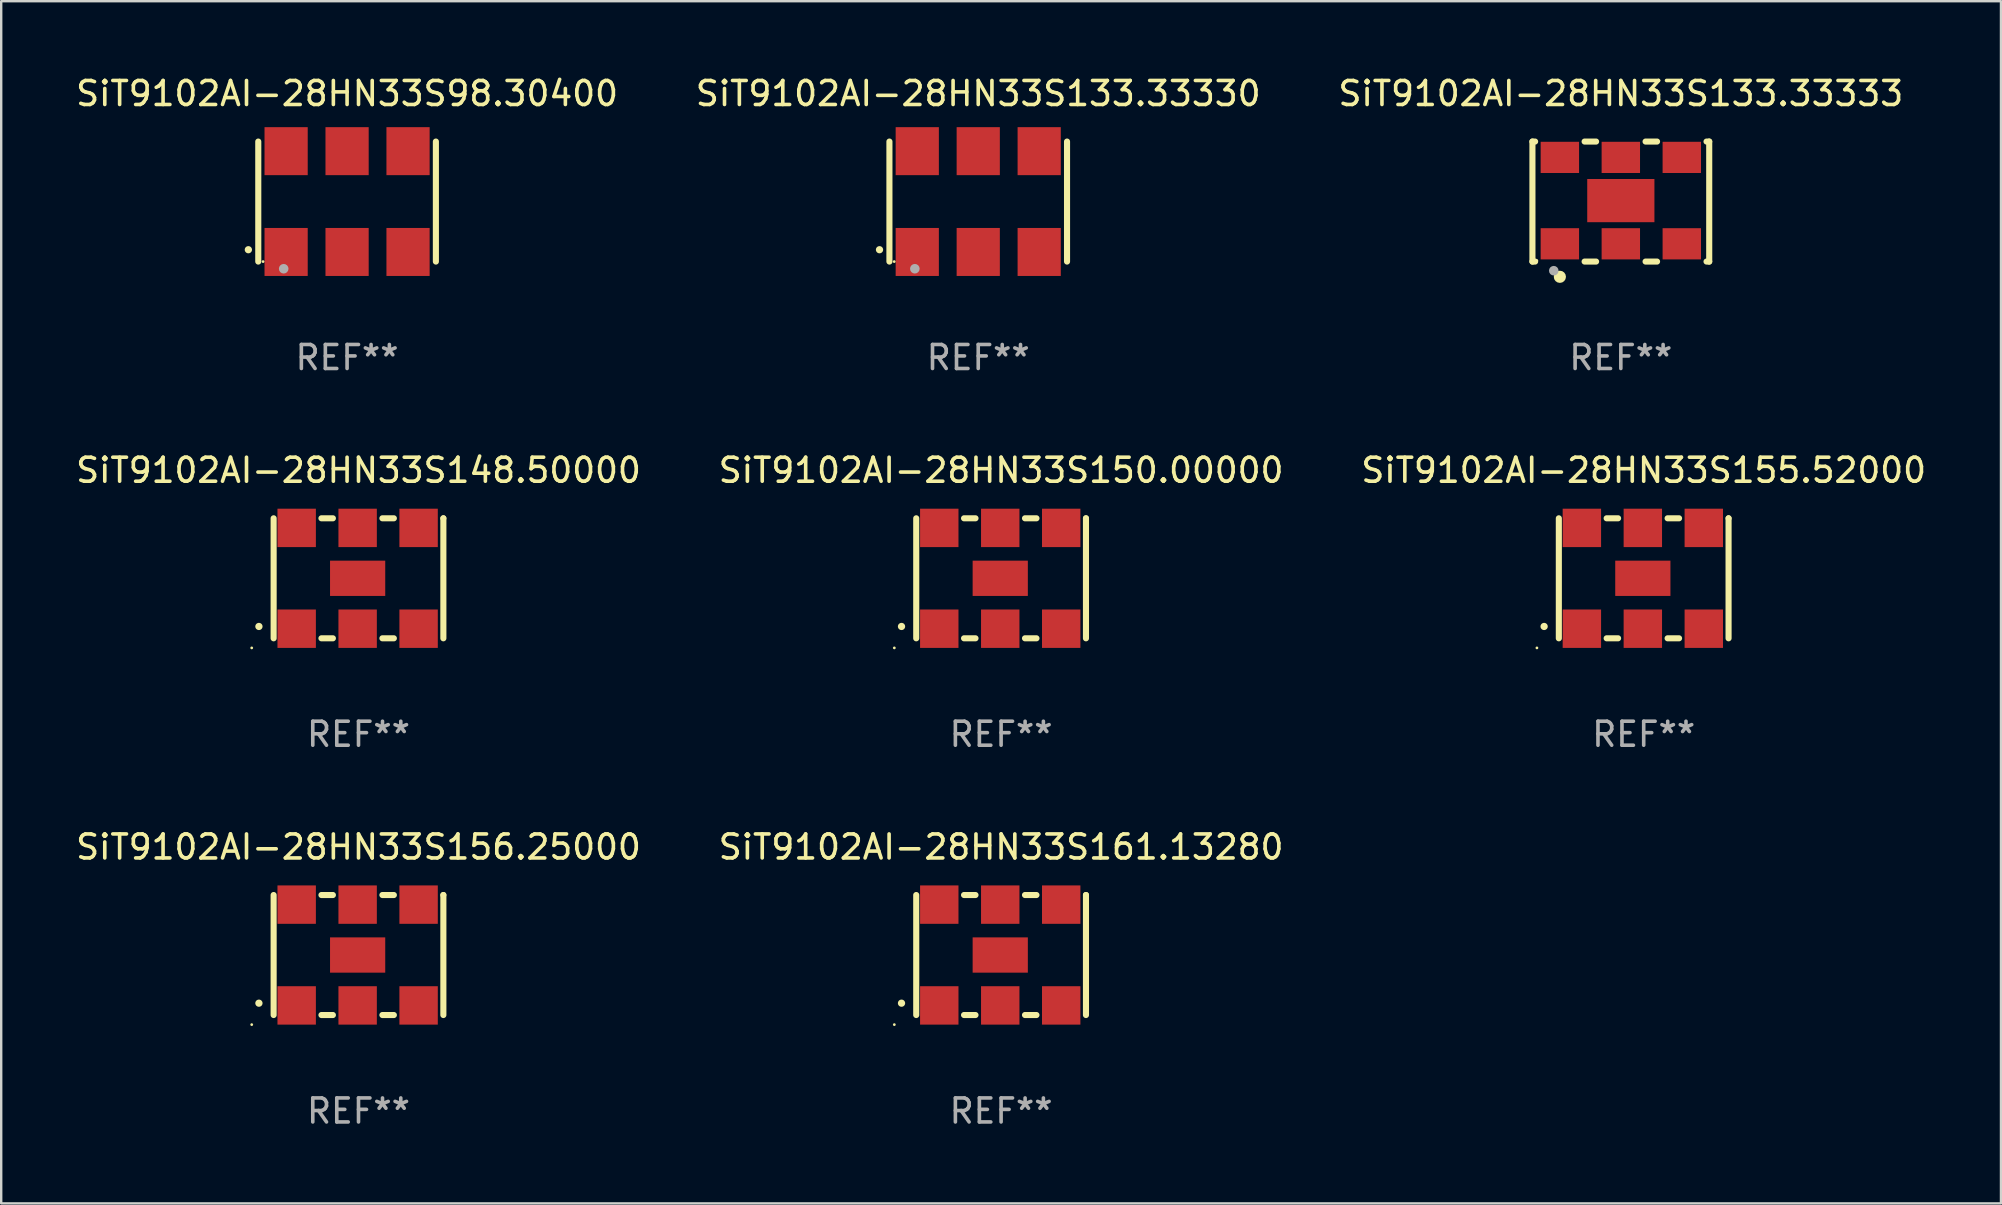
<source format=kicad_pcb>
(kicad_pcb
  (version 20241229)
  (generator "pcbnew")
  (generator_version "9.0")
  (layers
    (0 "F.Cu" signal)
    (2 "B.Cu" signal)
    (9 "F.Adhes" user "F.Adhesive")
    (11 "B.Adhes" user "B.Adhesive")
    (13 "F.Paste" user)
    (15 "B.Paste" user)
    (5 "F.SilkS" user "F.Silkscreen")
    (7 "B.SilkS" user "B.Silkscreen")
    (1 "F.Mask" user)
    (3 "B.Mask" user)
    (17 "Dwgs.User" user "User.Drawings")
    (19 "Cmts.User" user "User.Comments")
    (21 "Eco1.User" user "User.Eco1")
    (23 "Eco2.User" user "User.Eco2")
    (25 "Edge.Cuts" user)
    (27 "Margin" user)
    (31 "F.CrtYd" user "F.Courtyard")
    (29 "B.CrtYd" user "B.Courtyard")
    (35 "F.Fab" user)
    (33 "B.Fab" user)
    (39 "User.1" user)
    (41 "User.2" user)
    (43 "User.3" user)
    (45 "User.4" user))
  (footprint "SiT9102AI-28HN33S161.13280"
    (layer "F.Cu")
    (at 38.661 36.741)
    (property "Reference" "SiT9102AI-28HN33S161.13280" (at 0 -4.5 0) (layer "F.SilkS") (effects (font (size 1 1) (thickness 0.15))))
    (attr through_hole)
    (fp_line (start -3.536 -2.5) (end -3.536 2.5) (stroke (width 0.254) (type solid)) (layer "F.SilkS"))
    (fp_line (start -1.544 2.5) (end -1.067 2.5) (stroke (width 0.254) (type solid)) (layer "F.SilkS"))
    (fp_line (start -1.067 -2.5) (end -1.544 -2.5) (stroke (width 0.254) (type solid)) (layer "F.SilkS"))
    (fp_line (start 0.996 2.5) (end 1.473 2.5) (stroke (width 0.254) (type solid)) (layer "F.SilkS"))
    (fp_line (start 1.473 -2.5) (end 0.996 -2.5) (stroke (width 0.254) (type solid)) (layer "F.SilkS"))
    (fp_line (start 3.536 -2.5) (end 3.536 -2.5) (stroke (width 0.254) (type solid)) (layer "F.SilkS"))
    (fp_line (start 3.536 2.5) (end 3.536 -2.5) (stroke (width 0.254) (type solid)) (layer "F.SilkS"))
    (fp_arc (start -4.150432 2.006604) (mid -4.149162 2.006599) (end -4.147892 2.006604) (stroke (width 0.3) (type solid)) (layer "F.SilkS"))
    (fp_circle (center -4.449 2.9) (end -4.419 2.9) (stroke (width 0.06) (type solid)) (fill no) (layer "F.SilkS"))
    (fp_text user "REF**" (at 0 6.5 0) (layer "F.Fab") (effects (font (size 1 1) (thickness 0.15))))
    (pad "1" smd rect (at -2.576 2.1) (size 1.6 1.6) (layers "F.Cu" "F.Mask" "F.Paste"))
    (pad "2" smd rect (at -0.036 2.1) (size 1.6 1.6) (layers "F.Cu" "F.Mask" "F.Paste"))
    (pad "3" smd rect (at 2.504 2.1) (size 1.6 1.6) (layers "F.Cu" "F.Mask" "F.Paste"))
    (pad "4" smd rect (at 2.504 -2.1) (size 1.6 1.6) (layers "F.Cu" "F.Mask" "F.Paste"))
    (pad "5" smd rect (at -0.036 -2.1) (size 1.6 1.6) (layers "F.Cu" "F.Mask" "F.Paste"))
    (pad "6" smd rect (at -2.576 -2.1) (size 1.6 1.6) (layers "F.Cu" "F.Mask" "F.Paste"))
    (pad "7" smd rect (at -0.036 0) (size 2.3 1.47) (layers "F.Cu" "F.Mask" "F.Paste")))
  (footprint "SiT9102AI-28HN33S148.50000"
    (layer "F.Cu")
    (at 11.887 21.045)
    (property "Reference" "SiT9102AI-28HN33S148.50000" (at 0 -4.5 0) (layer "F.SilkS") (effects (font (size 1 1) (thickness 0.15))))
    (attr through_hole)
    (fp_line (start -3.536 -2.5) (end -3.536 2.5) (stroke (width 0.254) (type solid)) (layer "F.SilkS"))
    (fp_line (start -1.544 2.5) (end -1.067 2.5) (stroke (width 0.254) (type solid)) (layer "F.SilkS"))
    (fp_line (start -1.067 -2.5) (end -1.544 -2.5) (stroke (width 0.254) (type solid)) (layer "F.SilkS"))
    (fp_line (start 0.996 2.5) (end 1.473 2.5) (stroke (width 0.254) (type solid)) (layer "F.SilkS"))
    (fp_line (start 1.473 -2.5) (end 0.996 -2.5) (stroke (width 0.254) (type solid)) (layer "F.SilkS"))
    (fp_line (start 3.536 -2.5) (end 3.536 -2.5) (stroke (width 0.254) (type solid)) (layer "F.SilkS"))
    (fp_line (start 3.536 2.5) (end 3.536 -2.5) (stroke (width 0.254) (type solid)) (layer "F.SilkS"))
    (fp_arc (start -4.150432 2.006604) (mid -4.149162 2.006599) (end -4.147892 2.006604) (stroke (width 0.3) (type solid)) (layer "F.SilkS"))
    (fp_circle (center -4.449 2.9) (end -4.419 2.9) (stroke (width 0.06) (type solid)) (fill no) (layer "F.SilkS"))
    (fp_text user "REF**" (at 0 6.5 0) (layer "F.Fab") (effects (font (size 1 1) (thickness 0.15))))
    (pad "1" smd rect (at -2.576 2.1) (size 1.6 1.6) (layers "F.Cu" "F.Mask" "F.Paste"))
    (pad "2" smd rect (at -0.036 2.1) (size 1.6 1.6) (layers "F.Cu" "F.Mask" "F.Paste"))
    (pad "3" smd rect (at 2.504 2.1) (size 1.6 1.6) (layers "F.Cu" "F.Mask" "F.Paste"))
    (pad "4" smd rect (at 2.504 -2.1) (size 1.6 1.6) (layers "F.Cu" "F.Mask" "F.Paste"))
    (pad "5" smd rect (at -0.036 -2.1) (size 1.6 1.6) (layers "F.Cu" "F.Mask" "F.Paste"))
    (pad "6" smd rect (at -2.576 -2.1) (size 1.6 1.6) (layers "F.Cu" "F.Mask" "F.Paste"))
    (pad "7" smd rect (at -0.036 0) (size 2.3 1.47) (layers "F.Cu" "F.Mask" "F.Paste")))
  (footprint "SiT9102AI-28HN33S155.52000"
    (layer "F.Cu")
    (at 65.435 21.045)
    (property "Reference" "SiT9102AI-28HN33S155.52000" (at 0 -4.5 0) (layer "F.SilkS") (effects (font (size 1 1) (thickness 0.15))))
    (attr through_hole)
    (fp_line (start -3.536 -2.5) (end -3.536 2.5) (stroke (width 0.254) (type solid)) (layer "F.SilkS"))
    (fp_line (start -1.544 2.5) (end -1.067 2.5) (stroke (width 0.254) (type solid)) (layer "F.SilkS"))
    (fp_line (start -1.067 -2.5) (end -1.544 -2.5) (stroke (width 0.254) (type solid)) (layer "F.SilkS"))
    (fp_line (start 0.996 2.5) (end 1.473 2.5) (stroke (width 0.254) (type solid)) (layer "F.SilkS"))
    (fp_line (start 1.473 -2.5) (end 0.996 -2.5) (stroke (width 0.254) (type solid)) (layer "F.SilkS"))
    (fp_line (start 3.536 -2.5) (end 3.536 -2.5) (stroke (width 0.254) (type solid)) (layer "F.SilkS"))
    (fp_line (start 3.536 2.5) (end 3.536 -2.5) (stroke (width 0.254) (type solid)) (layer "F.SilkS"))
    (fp_arc (start -4.150432 2.006604) (mid -4.149162 2.006599) (end -4.147892 2.006604) (stroke (width 0.3) (type solid)) (layer "F.SilkS"))
    (fp_circle (center -4.449 2.9) (end -4.419 2.9) (stroke (width 0.06) (type solid)) (fill no) (layer "F.SilkS"))
    (fp_text user "REF**" (at 0 6.5 0) (layer "F.Fab") (effects (font (size 1 1) (thickness 0.15))))
    (pad "1" smd rect (at -2.576 2.1) (size 1.6 1.6) (layers "F.Cu" "F.Mask" "F.Paste"))
    (pad "2" smd rect (at -0.036 2.1) (size 1.6 1.6) (layers "F.Cu" "F.Mask" "F.Paste"))
    (pad "3" smd rect (at 2.504 2.1) (size 1.6 1.6) (layers "F.Cu" "F.Mask" "F.Paste"))
    (pad "4" smd rect (at 2.504 -2.1) (size 1.6 1.6) (layers "F.Cu" "F.Mask" "F.Paste"))
    (pad "5" smd rect (at -0.036 -2.1) (size 1.6 1.6) (layers "F.Cu" "F.Mask" "F.Paste"))
    (pad "6" smd rect (at -2.576 -2.1) (size 1.6 1.6) (layers "F.Cu" "F.Mask" "F.Paste"))
    (pad "7" smd rect (at -0.036 0) (size 2.3 1.47) (layers "F.Cu" "F.Mask" "F.Paste")))
  (footprint "SiT9102AI-28HN33S156.25000"
    (layer "F.Cu")
    (at 11.887 36.741)
    (property "Reference" "SiT9102AI-28HN33S156.25000" (at 0 -4.5 0) (layer "F.SilkS") (effects (font (size 1 1) (thickness 0.15))))
    (attr through_hole)
    (fp_line (start -3.536 -2.5) (end -3.536 2.5) (stroke (width 0.254) (type solid)) (layer "F.SilkS"))
    (fp_line (start -1.544 2.5) (end -1.067 2.5) (stroke (width 0.254) (type solid)) (layer "F.SilkS"))
    (fp_line (start -1.067 -2.5) (end -1.544 -2.5) (stroke (width 0.254) (type solid)) (layer "F.SilkS"))
    (fp_line (start 0.996 2.5) (end 1.473 2.5) (stroke (width 0.254) (type solid)) (layer "F.SilkS"))
    (fp_line (start 1.473 -2.5) (end 0.996 -2.5) (stroke (width 0.254) (type solid)) (layer "F.SilkS"))
    (fp_line (start 3.536 -2.5) (end 3.536 -2.5) (stroke (width 0.254) (type solid)) (layer "F.SilkS"))
    (fp_line (start 3.536 2.5) (end 3.536 -2.5) (stroke (width 0.254) (type solid)) (layer "F.SilkS"))
    (fp_arc (start -4.150432 2.006604) (mid -4.149162 2.006599) (end -4.147892 2.006604) (stroke (width 0.3) (type solid)) (layer "F.SilkS"))
    (fp_circle (center -4.449 2.9) (end -4.419 2.9) (stroke (width 0.06) (type solid)) (fill no) (layer "F.SilkS"))
    (fp_text user "REF**" (at 0 6.5 0) (layer "F.Fab") (effects (font (size 1 1) (thickness 0.15))))
    (pad "1" smd rect (at -2.576 2.1) (size 1.6 1.6) (layers "F.Cu" "F.Mask" "F.Paste"))
    (pad "2" smd rect (at -0.036 2.1) (size 1.6 1.6) (layers "F.Cu" "F.Mask" "F.Paste"))
    (pad "3" smd rect (at 2.504 2.1) (size 1.6 1.6) (layers "F.Cu" "F.Mask" "F.Paste"))
    (pad "4" smd rect (at 2.504 -2.1) (size 1.6 1.6) (layers "F.Cu" "F.Mask" "F.Paste"))
    (pad "5" smd rect (at -0.036 -2.1) (size 1.6 1.6) (layers "F.Cu" "F.Mask" "F.Paste"))
    (pad "6" smd rect (at -2.576 -2.1) (size 1.6 1.6) (layers "F.Cu" "F.Mask" "F.Paste"))
    (pad "7" smd rect (at -0.036 0) (size 2.3 1.47) (layers "F.Cu" "F.Mask" "F.Paste")))
  (footprint "SiT9102AI-28HN33S133.33330"
    (layer "F.Cu")
    (at 37.708 5.348)
    (property "Reference" "SiT9102AI-28HN33S133.33330" (at 0 -4.5 0) (layer "F.SilkS") (effects (font (size 1 1) (thickness 0.15))))
    (attr through_hole)
    (fp_line (start -3.7 -2.5) (end -3.7 2.5) (stroke (width 0.254) (type solid)) (layer "F.SilkS"))
    (fp_line (start 3.7 -2.5) (end 3.7 2.5) (stroke (width 0.254) (type solid)) (layer "F.SilkS"))
    (fp_arc (start -4.114415 2.006604) (mid -4.113145 2.006599) (end -4.111875 2.006604) (stroke (width 0.3) (type solid)) (layer "F.SilkS"))
    (fp_circle (center -3.5 2.501) (end -3.47 2.501) (stroke (width 0.06) (type solid)) (fill no) (layer "F.SilkS"))
    (fp_circle (center -2.641 2.799) (end -2.541 2.799) (stroke (width 0.2) (type solid)) (fill no) (layer "F.Fab"))
    (fp_text user "REF**" (at 0 6.5 0) (layer "F.Fab") (effects (font (size 1 1) (thickness 0.15))))
    (pad "1" smd rect (at -2.54 2.1) (size 1.8 2) (layers "F.Cu" "F.Mask" "F.Paste"))
    (pad "2" smd rect (at 0.000394 2.1) (size 1.8 2) (layers "F.Cu" "F.Mask" "F.Paste"))
    (pad "3" smd rect (at 2.54 2.1) (size 1.8 2) (layers "F.Cu" "F.Mask" "F.Paste"))
    (pad "4" smd rect (at 2.54 -2.1) (size 1.8 2) (layers "F.Cu" "F.Mask" "F.Paste"))
    (pad "5" smd rect (at 0.000394 -2.1) (size 1.8 2) (layers "F.Cu" "F.Mask" "F.Paste"))
    (pad "6" smd rect (at -2.54 -2.1) (size 1.8 2) (layers "F.Cu" "F.Mask" "F.Paste")))
  (footprint "SiT9102AI-28HN33S98.30400"
    (layer "F.Cu")
    (at 11.411 5.348)
    (property "Reference" "SiT9102AI-28HN33S98.30400" (at 0 -4.5 0) (layer "F.SilkS") (effects (font (size 1 1) (thickness 0.15))))
    (attr through_hole)
    (fp_line (start -3.7 -2.5) (end -3.7 2.5) (stroke (width 0.254) (type solid)) (layer "F.SilkS"))
    (fp_line (start 3.7 -2.5) (end 3.7 2.5) (stroke (width 0.254) (type solid)) (layer "F.SilkS"))
    (fp_arc (start -4.114415 2.006604) (mid -4.113145 2.006599) (end -4.111875 2.006604) (stroke (width 0.3) (type solid)) (layer "F.SilkS"))
    (fp_circle (center -3.5 2.501) (end -3.47 2.501) (stroke (width 0.06) (type solid)) (fill no) (layer "F.SilkS"))
    (fp_circle (center -2.641 2.799) (end -2.541 2.799) (stroke (width 0.2) (type solid)) (fill no) (layer "F.Fab"))
    (fp_text user "REF**" (at 0 6.5 0) (layer "F.Fab") (effects (font (size 1 1) (thickness 0.15))))
    (pad "1" smd rect (at -2.54 2.1) (size 1.8 2) (layers "F.Cu" "F.Mask" "F.Paste"))
    (pad "2" smd rect (at 0.000394 2.1) (size 1.8 2) (layers "F.Cu" "F.Mask" "F.Paste"))
    (pad "3" smd rect (at 2.54 2.1) (size 1.8 2) (layers "F.Cu" "F.Mask" "F.Paste"))
    (pad "4" smd rect (at 2.54 -2.1) (size 1.8 2) (layers "F.Cu" "F.Mask" "F.Paste"))
    (pad "5" smd rect (at 0.000394 -2.1) (size 1.8 2) (layers "F.Cu" "F.Mask" "F.Paste"))
    (pad "6" smd rect (at -2.54 -2.1) (size 1.8 2) (layers "F.Cu" "F.Mask" "F.Paste")))
  (footprint "SiT9102AI-28HN33S133.33333"
    (layer "F.Cu")
    (at 64.482 5.348)
    (property "Reference" "SiT9102AI-28HN33S133.33333" (at 0 -4.5 0) (layer "F.SilkS") (effects (font (size 1 1) (thickness 0.15))))
    (attr through_hole)
    (fp_line (start -3.683 -2.5) (end -3.571 -2.5) (stroke (width 0.254) (type solid)) (layer "F.SilkS"))
    (fp_line (start -3.683 2.5) (end -3.683 -2.5) (stroke (width 0.254) (type solid)) (layer "F.SilkS"))
    (fp_line (start -3.683 2.5) (end -3.571 2.5) (stroke (width 0.254) (type solid)) (layer "F.SilkS"))
    (fp_line (start -1.509 -2.5) (end -1.031 -2.5) (stroke (width 0.254) (type solid)) (layer "F.SilkS"))
    (fp_line (start -1.509 2.5) (end -1.031 2.5) (stroke (width 0.254) (type solid)) (layer "F.SilkS"))
    (fp_line (start 1.031 -2.5) (end 1.509 -2.5) (stroke (width 0.254) (type solid)) (layer "F.SilkS"))
    (fp_line (start 1.031 2.5) (end 1.509 2.5) (stroke (width 0.254) (type solid)) (layer "F.SilkS"))
    (fp_line (start 3.571 -2.5) (end 3.683 -2.5) (stroke (width 0.254) (type solid)) (layer "F.SilkS"))
    (fp_line (start 3.571 2.5) (end 3.683 2.5) (stroke (width 0.254) (type solid)) (layer "F.SilkS"))
    (fp_line (start 3.683 2.5) (end 3.683 -2.5) (stroke (width 0.254) (type solid)) (layer "F.SilkS"))
    (fp_circle (center -3.5 2.46) (end -3.47 2.46) (stroke (width 0.06) (type solid)) (fill no) (layer "F.SilkS"))
    (fp_circle (center -2.54 3.135) (end -2.413 3.135) (stroke (width 0.254) (type solid)) (fill no) (layer "F.SilkS"))
    (fp_circle (center -2.794 2.881) (end -2.694 2.881) (stroke (width 0.2) (type solid)) (fill no) (layer "F.Fab"))
    (fp_text user "REF**" (at 0 6.5 0) (layer "F.Fab") (effects (font (size 1 1) (thickness 0.15))))
    (pad "1" smd rect (at -2.54 1.76) (size 1.6 1.3) (layers "F.Cu" "F.Mask" "F.Paste"))
    (pad "2" smd rect (at 0 1.76) (size 1.6 1.3) (layers "F.Cu" "F.Mask" "F.Paste"))
    (pad "3" smd rect (at 2.54 1.76) (size 1.6 1.3) (layers "F.Cu" "F.Mask" "F.Paste"))
    (pad "4" smd rect (at 2.54 -1.84) (size 1.6 1.3) (layers "F.Cu" "F.Mask" "F.Paste"))
    (pad "5" smd rect (at 0 -1.84) (size 1.6 1.3) (layers "F.Cu" "F.Mask" "F.Paste"))
    (pad "6" smd rect (at -2.54 -1.84) (size 1.6 1.3) (layers "F.Cu" "F.Mask" "F.Paste"))
    (pad "7" smd rect (at 0 -0.04) (size 2.8 1.8) (layers "F.Cu" "F.Mask" "F.Paste")))
  (footprint "SiT9102AI-28HN33S150.00000"
    (layer "F.Cu")
    (at 38.661 21.045)
    (property "Reference" "SiT9102AI-28HN33S150.00000" (at 0 -4.5 0) (layer "F.SilkS") (effects (font (size 1 1) (thickness 0.15))))
    (attr through_hole)
    (fp_line (start -3.536 -2.5) (end -3.536 2.5) (stroke (width 0.254) (type solid)) (layer "F.SilkS"))
    (fp_line (start -1.544 2.5) (end -1.067 2.5) (stroke (width 0.254) (type solid)) (layer "F.SilkS"))
    (fp_line (start -1.067 -2.5) (end -1.544 -2.5) (stroke (width 0.254) (type solid)) (layer "F.SilkS"))
    (fp_line (start 0.996 2.5) (end 1.473 2.5) (stroke (width 0.254) (type solid)) (layer "F.SilkS"))
    (fp_line (start 1.473 -2.5) (end 0.996 -2.5) (stroke (width 0.254) (type solid)) (layer "F.SilkS"))
    (fp_line (start 3.536 -2.5) (end 3.536 -2.5) (stroke (width 0.254) (type solid)) (layer "F.SilkS"))
    (fp_line (start 3.536 2.5) (end 3.536 -2.5) (stroke (width 0.254) (type solid)) (layer "F.SilkS"))
    (fp_arc (start -4.150432 2.006604) (mid -4.149162 2.006599) (end -4.147892 2.006604) (stroke (width 0.3) (type solid)) (layer "F.SilkS"))
    (fp_circle (center -4.449 2.9) (end -4.419 2.9) (stroke (width 0.06) (type solid)) (fill no) (layer "F.SilkS"))
    (fp_text user "REF**" (at 0 6.5 0) (layer "F.Fab") (effects (font (size 1 1) (thickness 0.15))))
    (pad "1" smd rect (at -2.576 2.1) (size 1.6 1.6) (layers "F.Cu" "F.Mask" "F.Paste"))
    (pad "2" smd rect (at -0.036 2.1) (size 1.6 1.6) (layers "F.Cu" "F.Mask" "F.Paste"))
    (pad "3" smd rect (at 2.504 2.1) (size 1.6 1.6) (layers "F.Cu" "F.Mask" "F.Paste"))
    (pad "4" smd rect (at 2.504 -2.1) (size 1.6 1.6) (layers "F.Cu" "F.Mask" "F.Paste"))
    (pad "5" smd rect (at -0.036 -2.1) (size 1.6 1.6) (layers "F.Cu" "F.Mask" "F.Paste"))
    (pad "6" smd rect (at -2.576 -2.1) (size 1.6 1.6) (layers "F.Cu" "F.Mask" "F.Paste"))
    (pad "7" smd rect (at -0.036 0) (size 2.3 1.47) (layers "F.Cu" "F.Mask" "F.Paste")))
  (gr_rect
    (start -3 -3)
    (end 80.321 47.09)
    (stroke (width 0.1) (type default))
    (fill no)
    (layer "Edge.Cuts")))
</source>
